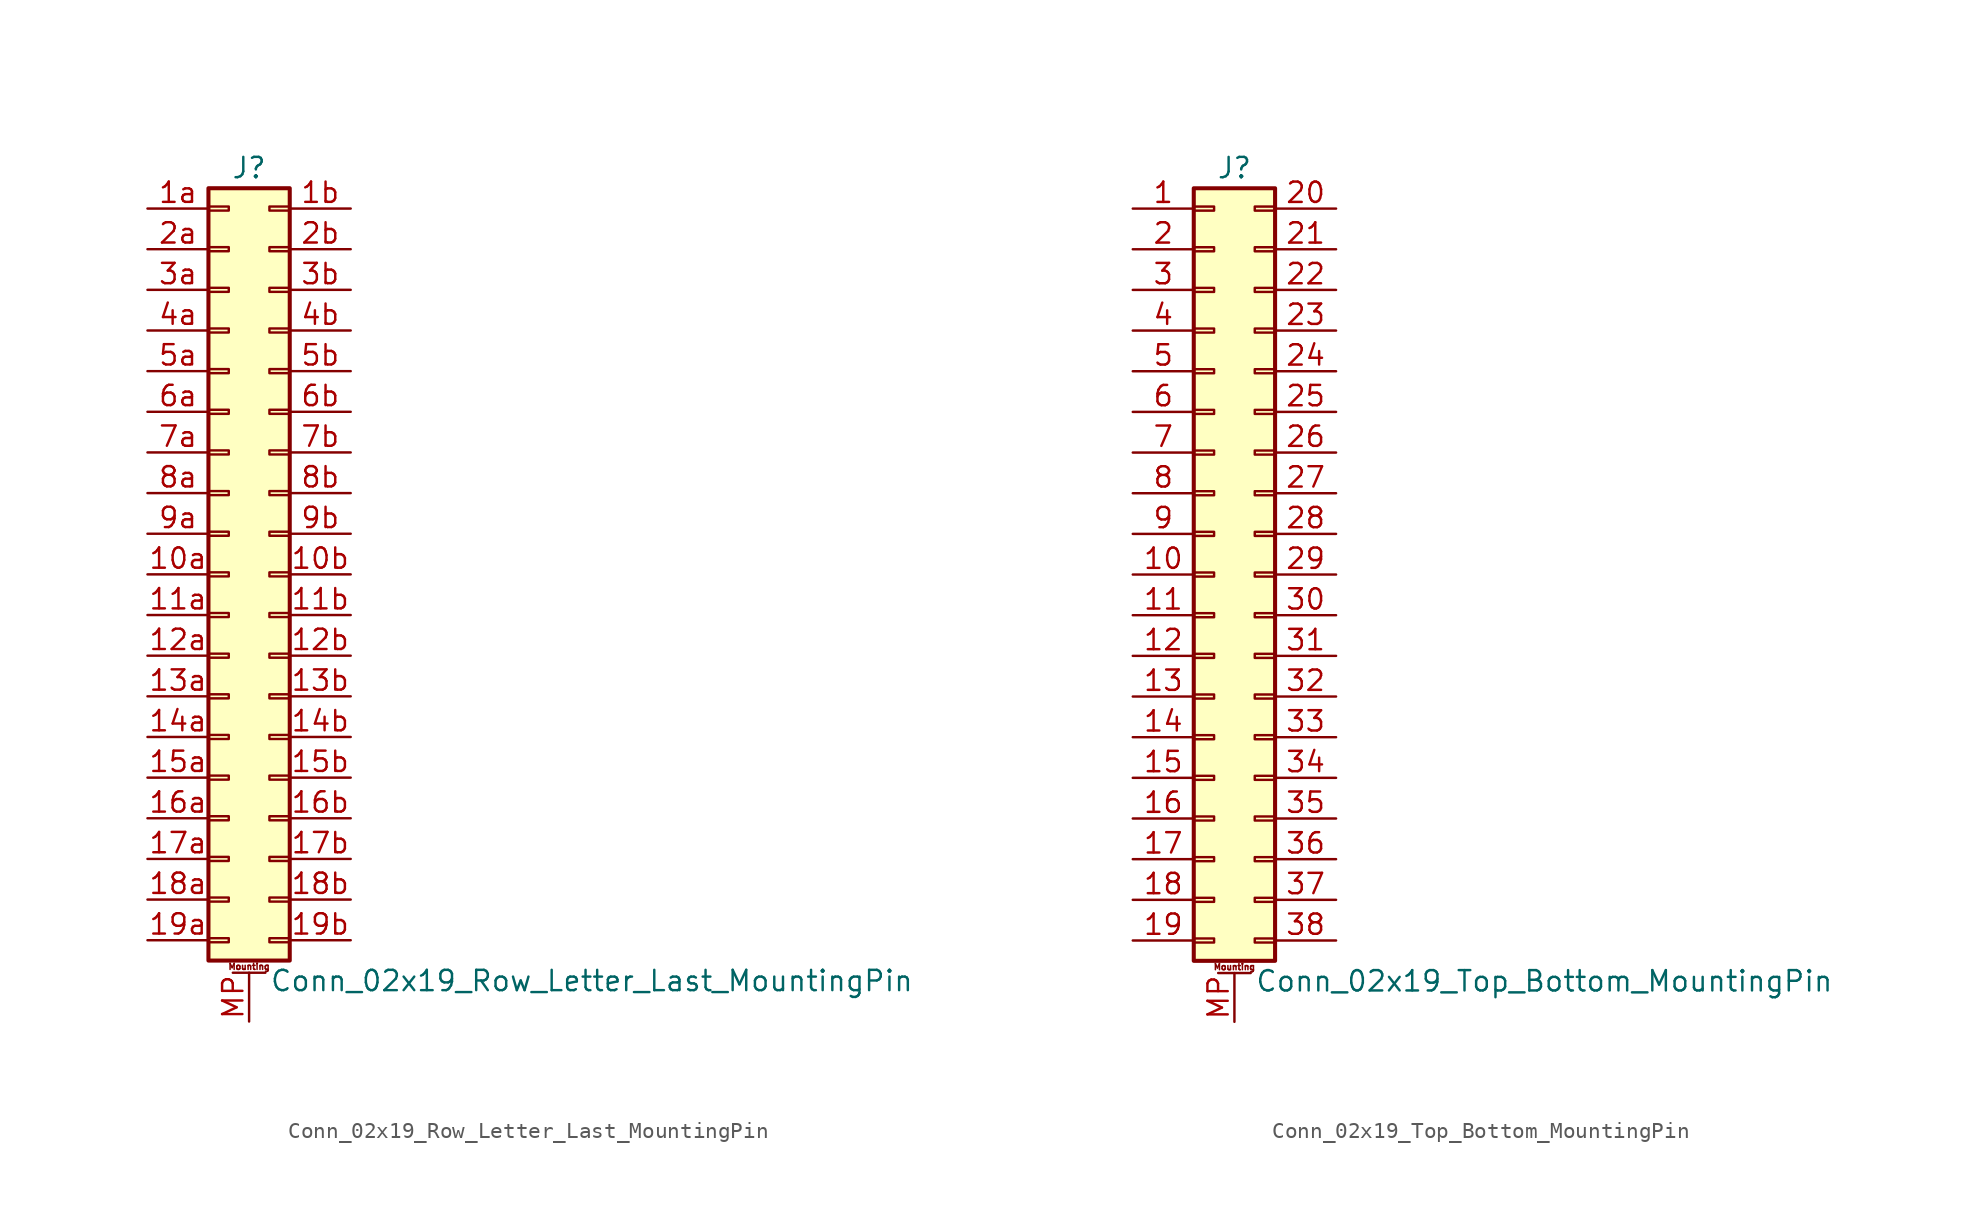
<source format=kicad_sym>
(kicad_symbol_lib
  (version 20201005)
  (generator kicad_symbol_editor)
  (symbol "Connector_Generic_MountingPin:Conn_02x19_Row_Letter_Last_MountingPin"
    (pin_names
      (offset 1.016) hide)
    (property "Reference" "J"
      (at 1.27 25.4 0)
      (effects (font (size 1.27 1.27))))
    (property "Value" "Conn_02x19_Row_Letter_Last_MountingPin"
      (at 2.54 -25.4 0)
      (effects (font (size 1.27 1.27)) (justify left)))
    (symbol "Conn_02x19_Row_Letter_Last_MountingPin_1_1"
      (text "Mounting" (at 1.27 -24.511 0) (effects (font (size 0.381 0.381))))
      (rectangle (start -1.27 -4.953) (end 0 -5.207) (stroke (width 0.152)) (fill (type none)))
      (rectangle (start -1.27 -7.493) (end 0 -7.747) (stroke (width 0.152)) (fill (type none)))
      (rectangle (start -1.27 -10.033) (end 0 -10.287) (stroke (width 0.152)) (fill (type none)))
      (rectangle (start -1.27 -12.573) (end 0 -12.827) (stroke (width 0.152)) (fill (type none)))
      (rectangle (start -1.27 -15.113) (end 0 -15.367) (stroke (width 0.152)) (fill (type none)))
      (rectangle (start -1.27 -17.653) (end 0 -17.907) (stroke (width 0.152)) (fill (type none)))
      (rectangle (start -1.27 -20.193) (end 0 -20.447) (stroke (width 0.152)) (fill (type none)))
      (rectangle (start -1.27 -22.733) (end 0 -22.987) (stroke (width 0.152)) (fill (type none)))
      (rectangle (start -1.27 -2.413) (end 0 -2.667) (stroke (width 0.152)) (fill (type none)))
      (rectangle (start -1.27 2.667) (end 0 2.413) (stroke (width 0.152)) (fill (type none)))
      (rectangle (start -1.27 5.207) (end 0 4.953) (stroke (width 0.152)) (fill (type none)))
      (rectangle (start -1.27 7.747) (end 0 7.493) (stroke (width 0.152)) (fill (type none)))
      (rectangle (start -1.27 10.287) (end 0 10.033) (stroke (width 0.152)) (fill (type none)))
      (rectangle (start -1.27 0.127) (end 0 -0.127) (stroke (width 0.152)) (fill (type none)))
      (rectangle (start -1.27 12.827) (end 0 12.573) (stroke (width 0.152)) (fill (type none)))
      (rectangle (start -1.27 15.367) (end 0 15.113) (stroke (width 0.152)) (fill (type none)))
      (rectangle (start -1.27 17.907) (end 0 17.653) (stroke (width 0.152)) (fill (type none)))
      (rectangle (start -1.27 20.447) (end 0 20.193) (stroke (width 0.152)) (fill (type none)))
      (rectangle (start -1.27 22.987) (end 0 22.733) (stroke (width 0.152)) (fill (type none)))
      (rectangle (start -1.27 24.13) (end 3.81 -24.13) (stroke (width 0.254)) (fill (type background)))
      (rectangle (start 3.81 -4.953) (end 2.54 -5.207) (stroke (width 0.152)) (fill (type none)))
      (rectangle (start 3.81 -7.493) (end 2.54 -7.747) (stroke (width 0.152)) (fill (type none)))
      (rectangle (start 3.81 -10.033) (end 2.54 -10.287) (stroke (width 0.152)) (fill (type none)))
      (rectangle (start 3.81 -12.573) (end 2.54 -12.827) (stroke (width 0.152)) (fill (type none)))
      (rectangle (start 3.81 -15.113) (end 2.54 -15.367) (stroke (width 0.152)) (fill (type none)))
      (rectangle (start 3.81 -17.653) (end 2.54 -17.907) (stroke (width 0.152)) (fill (type none)))
      (rectangle (start 3.81 -20.193) (end 2.54 -20.447) (stroke (width 0.152)) (fill (type none)))
      (rectangle (start 3.81 -22.733) (end 2.54 -22.987) (stroke (width 0.152)) (fill (type none)))
      (rectangle (start 3.81 -2.413) (end 2.54 -2.667) (stroke (width 0.152)) (fill (type none)))
      (rectangle (start 3.81 2.667) (end 2.54 2.413) (stroke (width 0.152)) (fill (type none)))
      (rectangle (start 3.81 5.207) (end 2.54 4.953) (stroke (width 0.152)) (fill (type none)))
      (rectangle (start 3.81 7.747) (end 2.54 7.493) (stroke (width 0.152)) (fill (type none)))
      (rectangle (start 3.81 10.287) (end 2.54 10.033) (stroke (width 0.152)) (fill (type none)))
      (rectangle (start 3.81 0.127) (end 2.54 -0.127) (stroke (width 0.152)) (fill (type none)))
      (rectangle (start 3.81 12.827) (end 2.54 12.573) (stroke (width 0.152)) (fill (type none)))
      (rectangle (start 3.81 15.367) (end 2.54 15.113) (stroke (width 0.152)) (fill (type none)))
      (rectangle (start 3.81 17.907) (end 2.54 17.653) (stroke (width 0.152)) (fill (type none)))
      (rectangle (start 3.81 20.447) (end 2.54 20.193) (stroke (width 0.152)) (fill (type none)))
      (rectangle (start 3.81 22.987) (end 2.54 22.733) (stroke (width 0.152)) (fill (type none)))
      (polyline (pts (xy 0.254 -24.892) (xy 2.286 -24.892)) (stroke (width 0.152)) (fill (type none)))
      (pin passive line (at 1.27 -27.94 90) (length 3.048) (name "MountPin" (effects (font (size 1.27 1.27)))) (number "MP" (effects (font (size 1.27 1.27)))))
      (pin passive line (at -5.08 0 0) (length 3.81) (name "Pin_10a" (effects (font (size 1.27 1.27)))) (number "10a" (effects (font (size 1.27 1.27)))))
      (pin passive line (at 7.62 0 180) (length 3.81) (name "Pin_10b" (effects (font (size 1.27 1.27)))) (number "10b" (effects (font (size 1.27 1.27)))))
      (pin passive line (at -5.08 -2.54 0) (length 3.81) (name "Pin_11a" (effects (font (size 1.27 1.27)))) (number "11a" (effects (font (size 1.27 1.27)))))
      (pin passive line (at 7.62 -2.54 180) (length 3.81) (name "Pin_11b" (effects (font (size 1.27 1.27)))) (number "11b" (effects (font (size 1.27 1.27)))))
      (pin passive line (at -5.08 -5.08 0) (length 3.81) (name "Pin_12a" (effects (font (size 1.27 1.27)))) (number "12a" (effects (font (size 1.27 1.27)))))
      (pin passive line (at 7.62 -5.08 180) (length 3.81) (name "Pin_12b" (effects (font (size 1.27 1.27)))) (number "12b" (effects (font (size 1.27 1.27)))))
      (pin passive line (at -5.08 -7.62 0) (length 3.81) (name "Pin_13a" (effects (font (size 1.27 1.27)))) (number "13a" (effects (font (size 1.27 1.27)))))
      (pin passive line (at 7.62 -7.62 180) (length 3.81) (name "Pin_13b" (effects (font (size 1.27 1.27)))) (number "13b" (effects (font (size 1.27 1.27)))))
      (pin passive line (at -5.08 -10.16 0) (length 3.81) (name "Pin_14a" (effects (font (size 1.27 1.27)))) (number "14a" (effects (font (size 1.27 1.27)))))
      (pin passive line (at 7.62 -10.16 180) (length 3.81) (name "Pin_14b" (effects (font (size 1.27 1.27)))) (number "14b" (effects (font (size 1.27 1.27)))))
      (pin passive line (at -5.08 -12.7 0) (length 3.81) (name "Pin_15a" (effects (font (size 1.27 1.27)))) (number "15a" (effects (font (size 1.27 1.27)))))
      (pin passive line (at 7.62 -12.7 180) (length 3.81) (name "Pin_15b" (effects (font (size 1.27 1.27)))) (number "15b" (effects (font (size 1.27 1.27)))))
      (pin passive line (at -5.08 -15.24 0) (length 3.81) (name "Pin_16a" (effects (font (size 1.27 1.27)))) (number "16a" (effects (font (size 1.27 1.27)))))
      (pin passive line (at 7.62 -15.24 180) (length 3.81) (name "Pin_16b" (effects (font (size 1.27 1.27)))) (number "16b" (effects (font (size 1.27 1.27)))))
      (pin passive line (at -5.08 -17.78 0) (length 3.81) (name "Pin_17a" (effects (font (size 1.27 1.27)))) (number "17a" (effects (font (size 1.27 1.27)))))
      (pin passive line (at 7.62 -17.78 180) (length 3.81) (name "Pin_17b" (effects (font (size 1.27 1.27)))) (number "17b" (effects (font (size 1.27 1.27)))))
      (pin passive line (at -5.08 -20.32 0) (length 3.81) (name "Pin_18a" (effects (font (size 1.27 1.27)))) (number "18a" (effects (font (size 1.27 1.27)))))
      (pin passive line (at 7.62 -20.32 180) (length 3.81) (name "Pin_18b" (effects (font (size 1.27 1.27)))) (number "18b" (effects (font (size 1.27 1.27)))))
      (pin passive line (at -5.08 -22.86 0) (length 3.81) (name "Pin_19a" (effects (font (size 1.27 1.27)))) (number "19a" (effects (font (size 1.27 1.27)))))
      (pin passive line (at 7.62 -22.86 180) (length 3.81) (name "Pin_19b" (effects (font (size 1.27 1.27)))) (number "19b" (effects (font (size 1.27 1.27)))))
      (pin passive line (at -5.08 22.86 0) (length 3.81) (name "Pin_1a" (effects (font (size 1.27 1.27)))) (number "1a" (effects (font (size 1.27 1.27)))))
      (pin passive line (at 7.62 22.86 180) (length 3.81) (name "Pin_1b" (effects (font (size 1.27 1.27)))) (number "1b" (effects (font (size 1.27 1.27)))))
      (pin passive line (at -5.08 20.32 0) (length 3.81) (name "Pin_2a" (effects (font (size 1.27 1.27)))) (number "2a" (effects (font (size 1.27 1.27)))))
      (pin passive line (at 7.62 20.32 180) (length 3.81) (name "Pin_2b" (effects (font (size 1.27 1.27)))) (number "2b" (effects (font (size 1.27 1.27)))))
      (pin passive line (at -5.08 17.78 0) (length 3.81) (name "Pin_3a" (effects (font (size 1.27 1.27)))) (number "3a" (effects (font (size 1.27 1.27)))))
      (pin passive line (at 7.62 17.78 180) (length 3.81) (name "Pin_3b" (effects (font (size 1.27 1.27)))) (number "3b" (effects (font (size 1.27 1.27)))))
      (pin passive line (at -5.08 15.24 0) (length 3.81) (name "Pin_4a" (effects (font (size 1.27 1.27)))) (number "4a" (effects (font (size 1.27 1.27)))))
      (pin passive line (at 7.62 15.24 180) (length 3.81) (name "Pin_4b" (effects (font (size 1.27 1.27)))) (number "4b" (effects (font (size 1.27 1.27)))))
      (pin passive line (at -5.08 12.7 0) (length 3.81) (name "Pin_5a" (effects (font (size 1.27 1.27)))) (number "5a" (effects (font (size 1.27 1.27)))))
      (pin passive line (at 7.62 12.7 180) (length 3.81) (name "Pin_5b" (effects (font (size 1.27 1.27)))) (number "5b" (effects (font (size 1.27 1.27)))))
      (pin passive line (at -5.08 10.16 0) (length 3.81) (name "Pin_6a" (effects (font (size 1.27 1.27)))) (number "6a" (effects (font (size 1.27 1.27)))))
      (pin passive line (at 7.62 10.16 180) (length 3.81) (name "Pin_6b" (effects (font (size 1.27 1.27)))) (number "6b" (effects (font (size 1.27 1.27)))))
      (pin passive line (at -5.08 7.62 0) (length 3.81) (name "Pin_7a" (effects (font (size 1.27 1.27)))) (number "7a" (effects (font (size 1.27 1.27)))))
      (pin passive line (at 7.62 7.62 180) (length 3.81) (name "Pin_7b" (effects (font (size 1.27 1.27)))) (number "7b" (effects (font (size 1.27 1.27)))))
      (pin passive line (at -5.08 5.08 0) (length 3.81) (name "Pin_8a" (effects (font (size 1.27 1.27)))) (number "8a" (effects (font (size 1.27 1.27)))))
      (pin passive line (at 7.62 5.08 180) (length 3.81) (name "Pin_8b" (effects (font (size 1.27 1.27)))) (number "8b" (effects (font (size 1.27 1.27)))))
      (pin passive line (at -5.08 2.54 0) (length 3.81) (name "Pin_9a" (effects (font (size 1.27 1.27)))) (number "9a" (effects (font (size 1.27 1.27)))))
      (pin passive line (at 7.62 2.54 180) (length 3.81) (name "Pin_9b" (effects (font (size 1.27 1.27)))) (number "9b" (effects (font (size 1.27 1.27)))))))
  (symbol "Connector_Generic_MountingPin:Conn_02x19_Top_Bottom_MountingPin"
    (pin_names
      (offset 1.016) hide)
    (property "Reference" "J"
      (at 1.27 25.4 0)
      (effects (font (size 1.27 1.27))))
    (property "Value" "Conn_02x19_Top_Bottom_MountingPin"
      (at 2.54 -25.4 0)
      (effects (font (size 1.27 1.27)) (justify left)))
    (symbol "Conn_02x19_Top_Bottom_MountingPin_1_1"
      (text "Mounting" (at 1.27 -24.511 0) (effects (font (size 0.381 0.381))))
      (rectangle (start -1.27 -4.953) (end 0 -5.207) (stroke (width 0.152)) (fill (type none)))
      (rectangle (start -1.27 -7.493) (end 0 -7.747) (stroke (width 0.152)) (fill (type none)))
      (rectangle (start -1.27 -10.033) (end 0 -10.287) (stroke (width 0.152)) (fill (type none)))
      (rectangle (start -1.27 -12.573) (end 0 -12.827) (stroke (width 0.152)) (fill (type none)))
      (rectangle (start -1.27 -15.113) (end 0 -15.367) (stroke (width 0.152)) (fill (type none)))
      (rectangle (start -1.27 -17.653) (end 0 -17.907) (stroke (width 0.152)) (fill (type none)))
      (rectangle (start -1.27 -20.193) (end 0 -20.447) (stroke (width 0.152)) (fill (type none)))
      (rectangle (start -1.27 -22.733) (end 0 -22.987) (stroke (width 0.152)) (fill (type none)))
      (rectangle (start -1.27 -2.413) (end 0 -2.667) (stroke (width 0.152)) (fill (type none)))
      (rectangle (start -1.27 2.667) (end 0 2.413) (stroke (width 0.152)) (fill (type none)))
      (rectangle (start -1.27 5.207) (end 0 4.953) (stroke (width 0.152)) (fill (type none)))
      (rectangle (start -1.27 7.747) (end 0 7.493) (stroke (width 0.152)) (fill (type none)))
      (rectangle (start -1.27 10.287) (end 0 10.033) (stroke (width 0.152)) (fill (type none)))
      (rectangle (start -1.27 0.127) (end 0 -0.127) (stroke (width 0.152)) (fill (type none)))
      (rectangle (start -1.27 12.827) (end 0 12.573) (stroke (width 0.152)) (fill (type none)))
      (rectangle (start -1.27 15.367) (end 0 15.113) (stroke (width 0.152)) (fill (type none)))
      (rectangle (start -1.27 17.907) (end 0 17.653) (stroke (width 0.152)) (fill (type none)))
      (rectangle (start -1.27 20.447) (end 0 20.193) (stroke (width 0.152)) (fill (type none)))
      (rectangle (start -1.27 22.987) (end 0 22.733) (stroke (width 0.152)) (fill (type none)))
      (rectangle (start -1.27 24.13) (end 3.81 -24.13) (stroke (width 0.254)) (fill (type background)))
      (rectangle (start 3.81 -4.953) (end 2.54 -5.207) (stroke (width 0.152)) (fill (type none)))
      (rectangle (start 3.81 -7.493) (end 2.54 -7.747) (stroke (width 0.152)) (fill (type none)))
      (rectangle (start 3.81 -10.033) (end 2.54 -10.287) (stroke (width 0.152)) (fill (type none)))
      (rectangle (start 3.81 -12.573) (end 2.54 -12.827) (stroke (width 0.152)) (fill (type none)))
      (rectangle (start 3.81 -15.113) (end 2.54 -15.367) (stroke (width 0.152)) (fill (type none)))
      (rectangle (start 3.81 -17.653) (end 2.54 -17.907) (stroke (width 0.152)) (fill (type none)))
      (rectangle (start 3.81 -20.193) (end 2.54 -20.447) (stroke (width 0.152)) (fill (type none)))
      (rectangle (start 3.81 -22.733) (end 2.54 -22.987) (stroke (width 0.152)) (fill (type none)))
      (rectangle (start 3.81 -2.413) (end 2.54 -2.667) (stroke (width 0.152)) (fill (type none)))
      (rectangle (start 3.81 2.667) (end 2.54 2.413) (stroke (width 0.152)) (fill (type none)))
      (rectangle (start 3.81 5.207) (end 2.54 4.953) (stroke (width 0.152)) (fill (type none)))
      (rectangle (start 3.81 7.747) (end 2.54 7.493) (stroke (width 0.152)) (fill (type none)))
      (rectangle (start 3.81 10.287) (end 2.54 10.033) (stroke (width 0.152)) (fill (type none)))
      (rectangle (start 3.81 0.127) (end 2.54 -0.127) (stroke (width 0.152)) (fill (type none)))
      (rectangle (start 3.81 12.827) (end 2.54 12.573) (stroke (width 0.152)) (fill (type none)))
      (rectangle (start 3.81 15.367) (end 2.54 15.113) (stroke (width 0.152)) (fill (type none)))
      (rectangle (start 3.81 17.907) (end 2.54 17.653) (stroke (width 0.152)) (fill (type none)))
      (rectangle (start 3.81 20.447) (end 2.54 20.193) (stroke (width 0.152)) (fill (type none)))
      (rectangle (start 3.81 22.987) (end 2.54 22.733) (stroke (width 0.152)) (fill (type none)))
      (polyline (pts (xy 0.254 -24.892) (xy 2.286 -24.892)) (stroke (width 0.152)) (fill (type none)))
      (pin passive line (at 1.27 -27.94 90) (length 3.048) (name "MountPin" (effects (font (size 1.27 1.27)))) (number "MP" (effects (font (size 1.27 1.27)))))
      (pin passive line (at -5.08 22.86 0) (length 3.81) (name "Pin_1" (effects (font (size 1.27 1.27)))) (number "1" (effects (font (size 1.27 1.27)))))
      (pin passive line (at -5.08 0 0) (length 3.81) (name "Pin_10" (effects (font (size 1.27 1.27)))) (number "10" (effects (font (size 1.27 1.27)))))
      (pin passive line (at -5.08 -2.54 0) (length 3.81) (name "Pin_11" (effects (font (size 1.27 1.27)))) (number "11" (effects (font (size 1.27 1.27)))))
      (pin passive line (at -5.08 -5.08 0) (length 3.81) (name "Pin_12" (effects (font (size 1.27 1.27)))) (number "12" (effects (font (size 1.27 1.27)))))
      (pin passive line (at -5.08 -7.62 0) (length 3.81) (name "Pin_13" (effects (font (size 1.27 1.27)))) (number "13" (effects (font (size 1.27 1.27)))))
      (pin passive line (at -5.08 -10.16 0) (length 3.81) (name "Pin_14" (effects (font (size 1.27 1.27)))) (number "14" (effects (font (size 1.27 1.27)))))
      (pin passive line (at -5.08 -12.7 0) (length 3.81) (name "Pin_15" (effects (font (size 1.27 1.27)))) (number "15" (effects (font (size 1.27 1.27)))))
      (pin passive line (at -5.08 -15.24 0) (length 3.81) (name "Pin_16" (effects (font (size 1.27 1.27)))) (number "16" (effects (font (size 1.27 1.27)))))
      (pin passive line (at -5.08 -17.78 0) (length 3.81) (name "Pin_17" (effects (font (size 1.27 1.27)))) (number "17" (effects (font (size 1.27 1.27)))))
      (pin passive line (at -5.08 -20.32 0) (length 3.81) (name "Pin_18" (effects (font (size 1.27 1.27)))) (number "18" (effects (font (size 1.27 1.27)))))
      (pin passive line (at -5.08 -22.86 0) (length 3.81) (name "Pin_19" (effects (font (size 1.27 1.27)))) (number "19" (effects (font (size 1.27 1.27)))))
      (pin passive line (at -5.08 20.32 0) (length 3.81) (name "Pin_2" (effects (font (size 1.27 1.27)))) (number "2" (effects (font (size 1.27 1.27)))))
      (pin passive line (at 7.62 22.86 180) (length 3.81) (name "Pin_20" (effects (font (size 1.27 1.27)))) (number "20" (effects (font (size 1.27 1.27)))))
      (pin passive line (at 7.62 20.32 180) (length 3.81) (name "Pin_21" (effects (font (size 1.27 1.27)))) (number "21" (effects (font (size 1.27 1.27)))))
      (pin passive line (at 7.62 17.78 180) (length 3.81) (name "Pin_22" (effects (font (size 1.27 1.27)))) (number "22" (effects (font (size 1.27 1.27)))))
      (pin passive line (at 7.62 15.24 180) (length 3.81) (name "Pin_23" (effects (font (size 1.27 1.27)))) (number "23" (effects (font (size 1.27 1.27)))))
      (pin passive line (at 7.62 12.7 180) (length 3.81) (name "Pin_24" (effects (font (size 1.27 1.27)))) (number "24" (effects (font (size 1.27 1.27)))))
      (pin passive line (at 7.62 10.16 180) (length 3.81) (name "Pin_25" (effects (font (size 1.27 1.27)))) (number "25" (effects (font (size 1.27 1.27)))))
      (pin passive line (at 7.62 7.62 180) (length 3.81) (name "Pin_26" (effects (font (size 1.27 1.27)))) (number "26" (effects (font (size 1.27 1.27)))))
      (pin passive line (at 7.62 5.08 180) (length 3.81) (name "Pin_27" (effects (font (size 1.27 1.27)))) (number "27" (effects (font (size 1.27 1.27)))))
      (pin passive line (at 7.62 2.54 180) (length 3.81) (name "Pin_28" (effects (font (size 1.27 1.27)))) (number "28" (effects (font (size 1.27 1.27)))))
      (pin passive line (at 7.62 0 180) (length 3.81) (name "Pin_29" (effects (font (size 1.27 1.27)))) (number "29" (effects (font (size 1.27 1.27)))))
      (pin passive line (at -5.08 17.78 0) (length 3.81) (name "Pin_3" (effects (font (size 1.27 1.27)))) (number "3" (effects (font (size 1.27 1.27)))))
      (pin passive line (at 7.62 -2.54 180) (length 3.81) (name "Pin_30" (effects (font (size 1.27 1.27)))) (number "30" (effects (font (size 1.27 1.27)))))
      (pin passive line (at 7.62 -5.08 180) (length 3.81) (name "Pin_31" (effects (font (size 1.27 1.27)))) (number "31" (effects (font (size 1.27 1.27)))))
      (pin passive line (at 7.62 -7.62 180) (length 3.81) (name "Pin_32" (effects (font (size 1.27 1.27)))) (number "32" (effects (font (size 1.27 1.27)))))
      (pin passive line (at 7.62 -10.16 180) (length 3.81) (name "Pin_33" (effects (font (size 1.27 1.27)))) (number "33" (effects (font (size 1.27 1.27)))))
      (pin passive line (at 7.62 -12.7 180) (length 3.81) (name "Pin_34" (effects (font (size 1.27 1.27)))) (number "34" (effects (font (size 1.27 1.27)))))
      (pin passive line (at 7.62 -15.24 180) (length 3.81) (name "Pin_35" (effects (font (size 1.27 1.27)))) (number "35" (effects (font (size 1.27 1.27)))))
      (pin passive line (at 7.62 -17.78 180) (length 3.81) (name "Pin_36" (effects (font (size 1.27 1.27)))) (number "36" (effects (font (size 1.27 1.27)))))
      (pin passive line (at 7.62 -20.32 180) (length 3.81) (name "Pin_37" (effects (font (size 1.27 1.27)))) (number "37" (effects (font (size 1.27 1.27)))))
      (pin passive line (at 7.62 -22.86 180) (length 3.81) (name "Pin_38" (effects (font (size 1.27 1.27)))) (number "38" (effects (font (size 1.27 1.27)))))
      (pin passive line (at -5.08 15.24 0) (length 3.81) (name "Pin_4" (effects (font (size 1.27 1.27)))) (number "4" (effects (font (size 1.27 1.27)))))
      (pin passive line (at -5.08 12.7 0) (length 3.81) (name "Pin_5" (effects (font (size 1.27 1.27)))) (number "5" (effects (font (size 1.27 1.27)))))
      (pin passive line (at -5.08 10.16 0) (length 3.81) (name "Pin_6" (effects (font (size 1.27 1.27)))) (number "6" (effects (font (size 1.27 1.27)))))
      (pin passive line (at -5.08 7.62 0) (length 3.81) (name "Pin_7" (effects (font (size 1.27 1.27)))) (number "7" (effects (font (size 1.27 1.27)))))
      (pin passive line (at -5.08 5.08 0) (length 3.81) (name "Pin_8" (effects (font (size 1.27 1.27)))) (number "8" (effects (font (size 1.27 1.27)))))
      (pin passive line (at -5.08 2.54 0) (length 3.81) (name "Pin_9" (effects (font (size 1.27 1.27)))) (number "9" (effects (font (size 1.27 1.27))))))))
</source>
